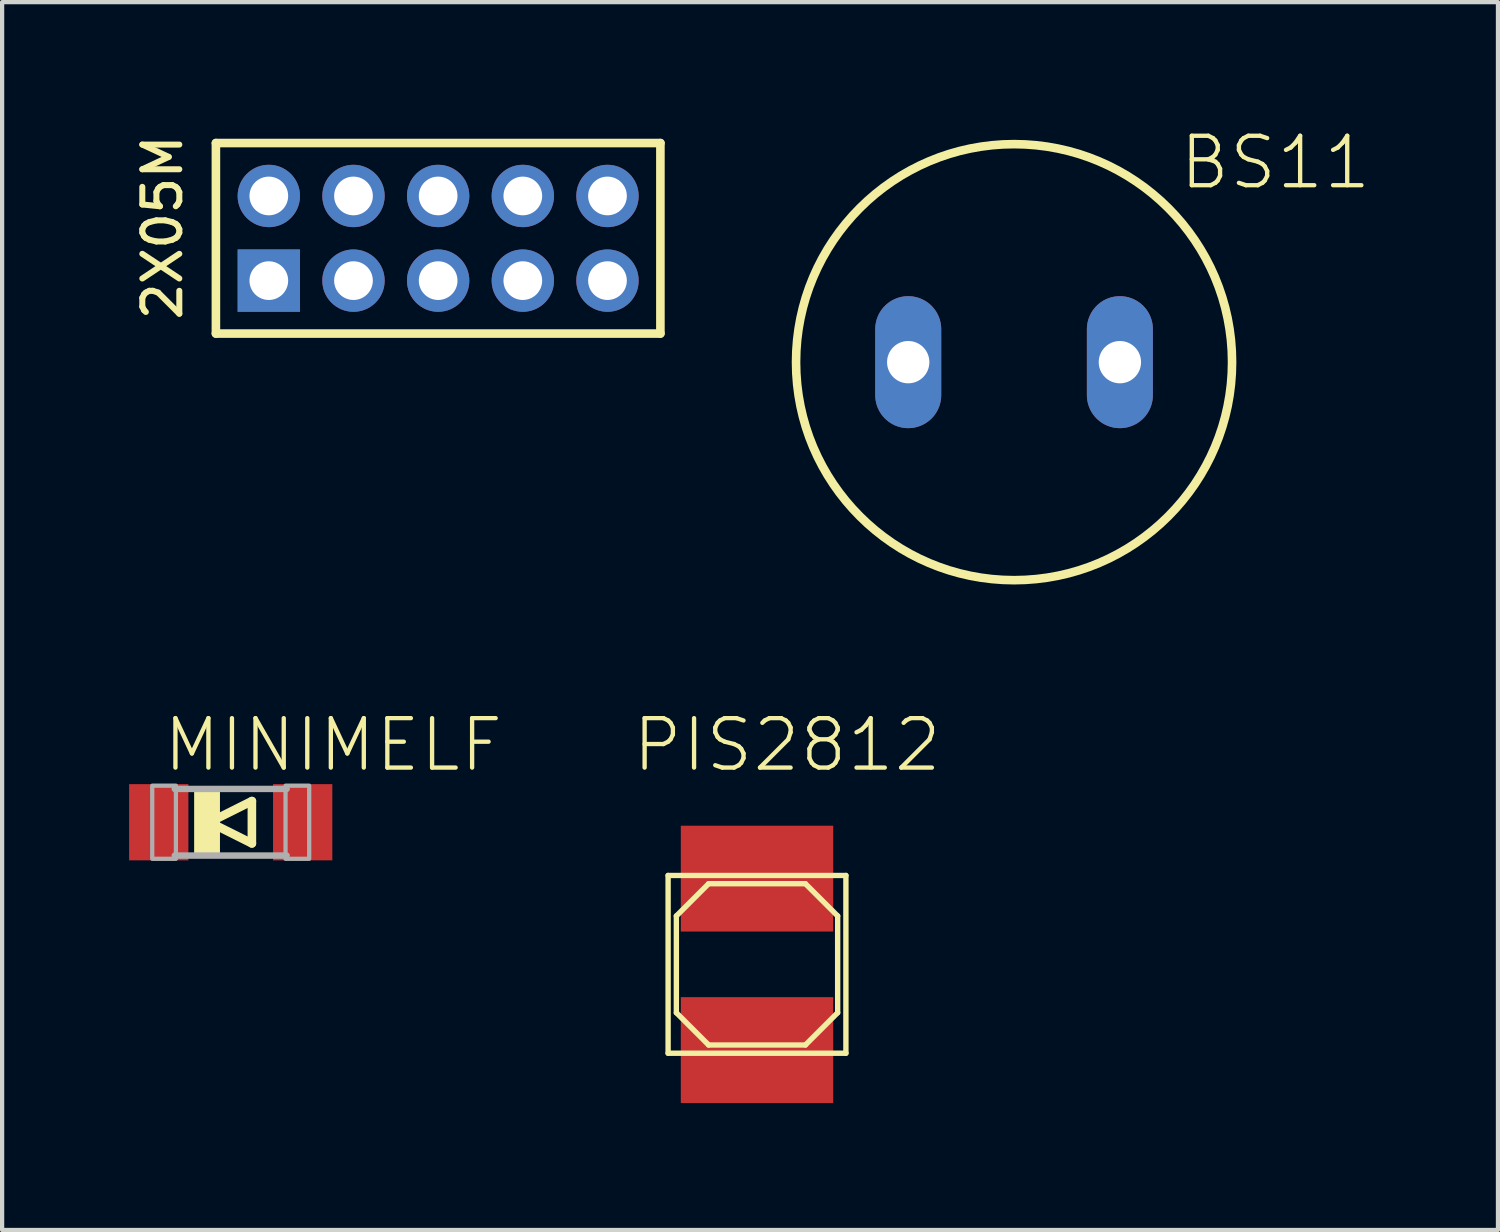
<source format=kicad_pcb>
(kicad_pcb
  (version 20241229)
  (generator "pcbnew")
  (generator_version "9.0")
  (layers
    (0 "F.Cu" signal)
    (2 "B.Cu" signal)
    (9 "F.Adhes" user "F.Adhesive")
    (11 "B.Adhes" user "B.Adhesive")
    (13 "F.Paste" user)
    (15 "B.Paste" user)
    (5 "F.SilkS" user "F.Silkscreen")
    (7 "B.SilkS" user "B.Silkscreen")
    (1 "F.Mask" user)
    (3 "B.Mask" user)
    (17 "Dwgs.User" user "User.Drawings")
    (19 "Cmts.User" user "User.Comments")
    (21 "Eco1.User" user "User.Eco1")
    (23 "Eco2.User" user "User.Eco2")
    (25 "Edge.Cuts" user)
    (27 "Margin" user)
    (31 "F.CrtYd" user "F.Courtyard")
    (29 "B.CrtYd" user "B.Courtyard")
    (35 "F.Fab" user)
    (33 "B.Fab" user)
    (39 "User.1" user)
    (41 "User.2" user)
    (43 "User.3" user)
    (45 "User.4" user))
  (footprint "2X05M"
    (layer "F.Cu")
    (at 7.3 2.579)
    (property "Reference" "2X05M" (at -6 2 90) (layer "F.SilkS") (effects (font (size 0.874 0.874) (thickness 0.142)) (justify left bottom)))
    (fp_line (start -5.25 -2.25) (end 5.25 -2.25) (stroke (width 0.203) (type solid)) (layer "F.SilkS"))
    (fp_line (start -5.25 2.25) (end -5.25 -2.25) (stroke (width 0.203) (type solid)) (layer "F.SilkS"))
    (fp_line (start 5.25 -2.25) (end 5.25 2.25) (stroke (width 0.203) (type solid)) (layer "F.SilkS"))
    (fp_line (start 5.25 2.25) (end -5.25 2.25) (stroke (width 0.203) (type solid)) (layer "F.SilkS"))
    (fp_poly (pts (xy -4.25 -0.75) (xy -3.75 -0.75) (xy -3.75 -1.25) (xy -4.25 -1.25)) (stroke (width 0.1) (type default)) (fill no) (layer "F.Fab"))
    (fp_poly (pts (xy -4.25 1.25) (xy -3.75 1.25) (xy -3.75 0.75) (xy -4.25 0.75)) (stroke (width 0.1) (type default)) (fill no) (layer "F.Fab"))
    (fp_poly (pts (xy -2.25 -0.75) (xy -1.75 -0.75) (xy -1.75 -1.25) (xy -2.25 -1.25)) (stroke (width 0.1) (type default)) (fill no) (layer "F.Fab"))
    (fp_poly (pts (xy -2.25 1.25) (xy -1.75 1.25) (xy -1.75 0.75) (xy -2.25 0.75)) (stroke (width 0.1) (type default)) (fill no) (layer "F.Fab"))
    (fp_poly (pts (xy -0.25 -0.75) (xy 0.25 -0.75) (xy 0.25 -1.25) (xy -0.25 -1.25)) (stroke (width 0.1) (type default)) (fill no) (layer "F.Fab"))
    (fp_poly (pts (xy -0.25 1.25) (xy 0.25 1.25) (xy 0.25 0.75) (xy -0.25 0.75)) (stroke (width 0.1) (type default)) (fill no) (layer "F.Fab"))
    (fp_poly (pts (xy 1.75 -0.75) (xy 2.25 -0.75) (xy 2.25 -1.25) (xy 1.75 -1.25)) (stroke (width 0.1) (type default)) (fill no) (layer "F.Fab"))
    (fp_poly (pts (xy 1.75 1.25) (xy 2.25 1.25) (xy 2.25 0.75) (xy 1.75 0.75)) (stroke (width 0.1) (type default)) (fill no) (layer "F.Fab"))
    (fp_poly (pts (xy 3.75 -0.75) (xy 4.25 -0.75) (xy 4.25 -1.25) (xy 3.75 -1.25)) (stroke (width 0.1) (type default)) (fill no) (layer "F.Fab"))
    (fp_poly (pts (xy 3.75 1.25) (xy 4.25 1.25) (xy 4.25 0.75) (xy 3.75 0.75)) (stroke (width 0.1) (type default)) (fill no) (layer "F.Fab"))
    (pad "1" thru_hole rect (at -4 1) (size 1.473 1.473) (drill 0.914) (layers "*.Cu" "*.Mask"))
    (pad "2" thru_hole circle (at -4 -1) (size 1.473 1.473) (drill 0.914) (layers "*.Cu" "*.Mask"))
    (pad "3" thru_hole circle (at -2 1) (size 1.473 1.473) (drill 0.914) (layers "*.Cu" "*.Mask"))
    (pad "4" thru_hole circle (at -2 -1) (size 1.473 1.473) (drill 0.914) (layers "*.Cu" "*.Mask"))
    (pad "5" thru_hole circle (at 0 1) (size 1.473 1.473) (drill 0.914) (layers "*.Cu" "*.Mask"))
    (pad "6" thru_hole circle (at 0 -1) (size 1.473 1.473) (drill 0.914) (layers "*.Cu" "*.Mask"))
    (pad "7" thru_hole circle (at 2 1) (size 1.473 1.473) (drill 0.914) (layers "*.Cu" "*.Mask"))
    (pad "8" thru_hole circle (at 2 -1) (size 1.473 1.473) (drill 0.914) (layers "*.Cu" "*.Mask"))
    (pad "9" thru_hole circle (at 4 1) (size 1.473 1.473) (drill 0.914) (layers "*.Cu" "*.Mask"))
    (pad "10" thru_hole circle (at 4 -1) (size 1.473 1.473) (drill 0.914) (layers "*.Cu" "*.Mask")))
  (footprint "MINIMELF"
    (layer "F.Cu")
    (at 2.4 16.373)
    (property "Reference" "MINIMELF" (at -1.651 -1.143 0) (layer "F.SilkS") (effects (font (size 1.168 1.168) (thickness 0.102)) (justify left bottom)))
    (fp_line (start -0.5 0) (end 0.5 0.5) (stroke (width 0.203) (type solid)) (layer "F.SilkS"))
    (fp_line (start 0.5 -0.5) (end -0.5 0) (stroke (width 0.203) (type solid)) (layer "F.SilkS"))
    (fp_line (start 0.5 0.5) (end 0.5 -0.5) (stroke (width 0.203) (type solid)) (layer "F.SilkS"))
    (fp_poly (pts (xy -0.864 0.787) (xy -0.254 0.787) (xy -0.254 -0.787) (xy -0.864 -0.787)) (stroke (width 0) (type default)) (fill yes) (layer "F.SilkS"))
    (fp_line (start 1.321 -0.787) (end -1.321 -0.787) (stroke (width 0.152) (type solid)) (layer "F.Fab"))
    (fp_line (start 1.321 0.787) (end -1.321 0.787) (stroke (width 0.152) (type solid)) (layer "F.Fab"))
    (fp_poly (pts (xy -1.854 0.864) (xy -1.295 0.864) (xy -1.295 -0.864) (xy -1.854 -0.864)) (stroke (width 0.1) (type default)) (fill no) (layer "F.Fab"))
    (fp_poly (pts (xy 1.295 0.864) (xy 1.854 0.864) (xy 1.854 -0.864) (xy 1.295 -0.864)) (stroke (width 0.1) (type default)) (fill no) (layer "F.Fab"))
    (pad "A" smd rect (at 1.7 0) (size 1.4 1.8) (layers "F.Cu" "F.Mask" "F.Paste"))
    (pad "C" smd rect (at -1.7 0) (size 1.4 1.8) (layers "F.Cu" "F.Mask" "F.Paste")))
  (footprint "BS11"
    (layer "F.Cu")
    (at 20.904 5.505)
    (property "Reference" "BS11" (at 3.854 -4.032 0) (layer "F.SilkS") (effects (font (size 1.168 1.168) (thickness 0.102)) (justify left bottom)))
    (fp_circle (center 0 0) (end 5.15 0) (stroke (width 0.203) (type solid)) (fill no) (layer "F.SilkS"))
    (pad "1" thru_hole oval (at -2.5 0 90) (size 3.118 1.559) (drill 1) (layers "*.Cu" "*.Mask"))
    (pad "2" thru_hole oval (at 2.5 0 90) (size 3.118 1.559) (drill 1) (layers "*.Cu" "*.Mask")))
  (footprint "PIS2812"
    (layer "F.Cu")
    (at 14.832 19.73)
    (property "Reference" "PIS2812" (at -3 -4.5 0) (layer "F.SilkS") (effects (font (size 1.168 1.168) (thickness 0.102)) (justify left bottom)))
    (fp_line (start -2.1 -2.1) (end 2.1 -2.1) (stroke (width 0.127) (type solid)) (layer "F.SilkS"))
    (fp_line (start -2.1 2.1) (end -2.1 -2.1) (stroke (width 0.127) (type solid)) (layer "F.SilkS"))
    (fp_line (start -1.905 -1.143) (end -1.143 -1.905) (stroke (width 0.127) (type solid)) (layer "F.SilkS"))
    (fp_line (start -1.905 1.143) (end -1.905 -1.143) (stroke (width 0.127) (type solid)) (layer "F.SilkS"))
    (fp_line (start -1.143 -1.905) (end 1.143 -1.905) (stroke (width 0.127) (type solid)) (layer "F.SilkS"))
    (fp_line (start -1.143 1.905) (end -1.905 1.143) (stroke (width 0.127) (type solid)) (layer "F.SilkS"))
    (fp_line (start 1.143 -1.905) (end 1.905 -1.143) (stroke (width 0.127) (type solid)) (layer "F.SilkS"))
    (fp_line (start 1.143 1.905) (end -1.143 1.905) (stroke (width 0.127) (type solid)) (layer "F.SilkS"))
    (fp_line (start 1.905 -1.143) (end 1.905 1.143) (stroke (width 0.127) (type solid)) (layer "F.SilkS"))
    (fp_line (start 1.905 1.143) (end 1.143 1.905) (stroke (width 0.127) (type solid)) (layer "F.SilkS"))
    (fp_line (start 2.1 -2.1) (end 2.1 2.1) (stroke (width 0.127) (type solid)) (layer "F.SilkS"))
    (fp_line (start 2.1 2.1) (end -2.1 2.1) (stroke (width 0.127) (type solid)) (layer "F.SilkS"))
    (pad "P$1" smd rect (at 0 -2.025) (size 3.6 2.5) (layers "F.Cu" "F.Mask" "F.Paste"))
    (pad "P$2" smd rect (at 0 2.025) (size 3.6 2.5) (layers "F.Cu" "F.Mask" "F.Paste")))
  (gr_rect
    (start -3 -3)
    (end 32.335 26.005)
    (stroke (width 0.1) (type default))
    (fill no)
    (layer "Edge.Cuts")))
</source>
